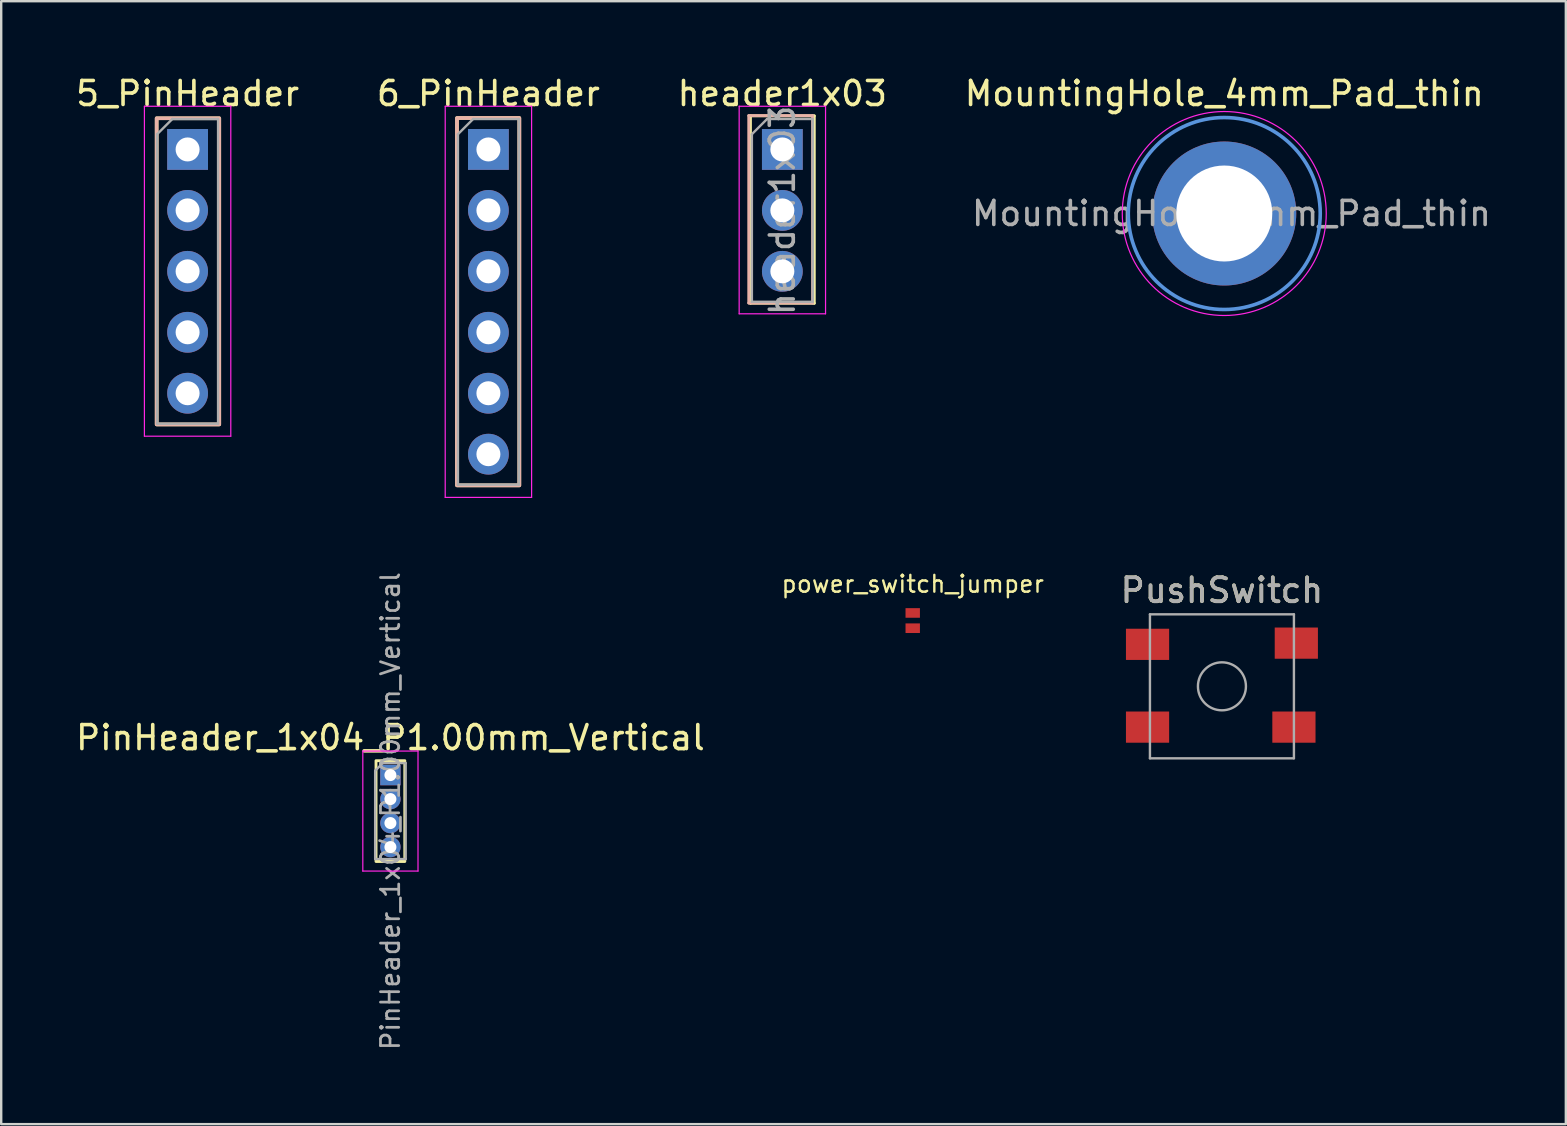
<source format=kicad_pcb>
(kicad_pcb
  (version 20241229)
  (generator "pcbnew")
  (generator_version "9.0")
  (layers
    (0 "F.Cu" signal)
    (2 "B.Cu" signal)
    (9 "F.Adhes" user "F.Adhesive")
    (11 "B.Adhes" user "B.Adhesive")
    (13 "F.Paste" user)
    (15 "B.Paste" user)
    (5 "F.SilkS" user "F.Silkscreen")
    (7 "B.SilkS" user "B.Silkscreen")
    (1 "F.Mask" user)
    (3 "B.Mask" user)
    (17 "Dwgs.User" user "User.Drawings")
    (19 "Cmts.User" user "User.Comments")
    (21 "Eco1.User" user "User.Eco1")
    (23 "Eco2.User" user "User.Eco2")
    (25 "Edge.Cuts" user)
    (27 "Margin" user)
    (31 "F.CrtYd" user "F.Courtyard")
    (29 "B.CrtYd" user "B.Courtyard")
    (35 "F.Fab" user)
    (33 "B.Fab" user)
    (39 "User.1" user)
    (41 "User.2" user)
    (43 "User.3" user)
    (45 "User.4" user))
  (footprint "PushSwitch"
    (layer "F.Cu")
    (at 47.873 25.552)
    (property "Reference" "PushSwitch" (at 0 -4 180) (layer "F.SilkS") (effects (font (size 1 1) (thickness 0.15))))
    (attr smd)
    (fp_line (start -3 -3) (end -3 3) (stroke (width 0.1) (type solid)) (layer "F.Fab"))
    (fp_line (start -3 3) (end 3 3) (stroke (width 0.1) (type solid)) (layer "F.Fab"))
    (fp_line (start 3 -3) (end -3 -3) (stroke (width 0.1) (type solid)) (layer "F.Fab"))
    (fp_line (start 3 3) (end 3 -3) (stroke (width 0.1) (type solid)) (layer "F.Fab"))
    (fp_circle (center 0 0) (end 1 0) (stroke (width 0.1) (type solid)) (fill no) (layer "F.Fab"))
    (fp_text user "${REFERENCE}" (at 0 -4 180) (layer "F.Fab") (effects (font (size 1 1) (thickness 0.15))))
    (pad "1" smd rect (at -3.1 -1.75) (size 1.8 1.3) (layers "F.Cu" "F.Mask" "F.Paste"))
    (pad "1" smd rect (at 3.1 -1.8) (size 1.8 1.3) (layers "F.Cu" "F.Mask" "F.Paste"))
    (pad "2" smd rect (at -3.1 1.7) (size 1.8 1.3) (layers "F.Cu" "F.Mask" "F.Paste"))
    (pad "2" smd rect (at 3 1.7) (size 1.8 1.3) (layers "F.Cu" "F.Mask" "F.Paste")))
  (footprint "6_PinHeader"
    (layer "F.Cu")
    (at 17.304 3.178)
    (property "Reference" "6_PinHeader" (at 0 -2.33 0) (layer "F.SilkS") (effects (font (size 1 1) (thickness 0.15))))
    (attr through_hole)
    (fp_rect (start -1.31 -1.31) (end 1.29 14) (stroke (width 0.15) (type solid)) (fill no) (layer "F.SilkS"))
    (fp_rect (start -1.31 -1.31) (end 1.29 14) (stroke (width 0.15) (type solid)) (fill no) (layer "B.SilkS"))
    (fp_line (start -1.8 -1.8) (end -1.8 14.5) (stroke (width 0.05) (type solid)) (layer "F.CrtYd"))
    (fp_line (start -1.8 14.5) (end 1.8 14.5) (stroke (width 0.05) (type solid)) (layer "F.CrtYd"))
    (fp_line (start 1.8 -1.8) (end -1.8 -1.8) (stroke (width 0.05) (type solid)) (layer "F.CrtYd"))
    (fp_line (start 1.8 14.5) (end 1.8 -1.8) (stroke (width 0.05) (type solid)) (layer "F.CrtYd"))
    (fp_line (start -1.27 -0.635) (end -0.635 -1.27) (stroke (width 0.1) (type solid)) (layer "F.Fab"))
    (fp_line (start -1.27 13.97) (end -1.27 -0.635) (stroke (width 0.1) (type solid)) (layer "F.Fab"))
    (fp_line (start -0.635 -1.27) (end 1.27 -1.27) (stroke (width 0.1) (type solid)) (layer "F.Fab"))
    (fp_line (start 1.27 -1.27) (end 1.27 13.97) (stroke (width 0.1) (type solid)) (layer "F.Fab"))
    (fp_line (start 1.27 13.97) (end -1.27 13.97) (stroke (width 0.1) (type solid)) (layer "F.Fab"))
    (pad "1" thru_hole rect (at 0 0) (size 1.7 1.7) (drill 1) (layers "*.Cu" "*.Mask"))
    (pad "2" thru_hole oval (at 0 2.54) (size 1.7 1.7) (drill 1) (layers "*.Cu" "*.Mask"))
    (pad "3" thru_hole oval (at 0 5.08) (size 1.7 1.7) (drill 1) (layers "*.Cu" "*.Mask"))
    (pad "4" thru_hole oval (at 0 7.62) (size 1.7 1.7) (drill 1) (layers "*.Cu" "*.Mask"))
    (pad "5" thru_hole oval (at 0 10.16) (size 1.7 1.7) (drill 1) (layers "*.Cu" "*.Mask"))
    (pad "6" thru_hole oval (at 0 12.7) (size 1.7 1.7) (drill 1) (layers "*.Cu" "*.Mask")))
  (footprint "5_PinHeader"
    (layer "F.Cu")
    (at 4.768 3.178)
    (property "Reference" "5_PinHeader" (at 0 -2.33 0) (layer "F.SilkS") (effects (font (size 1 1) (thickness 0.15))))
    (attr through_hole)
    (fp_rect (start -1.29 -1.3) (end 1.32 11.46) (stroke (width 0.15) (type solid)) (fill no) (layer "F.SilkS"))
    (fp_rect (start -1.29 -1.3) (end 1.32 11.46) (stroke (width 0.15) (type solid)) (fill no) (layer "B.SilkS"))
    (fp_line (start -1.8 -1.8) (end -1.8 11.95) (stroke (width 0.05) (type solid)) (layer "F.CrtYd"))
    (fp_line (start -1.8 11.95) (end 1.8 11.95) (stroke (width 0.05) (type solid)) (layer "F.CrtYd"))
    (fp_line (start 1.8 -1.8) (end -1.8 -1.8) (stroke (width 0.05) (type solid)) (layer "F.CrtYd"))
    (fp_line (start 1.8 11.95) (end 1.8 -1.8) (stroke (width 0.05) (type solid)) (layer "F.CrtYd"))
    (fp_line (start -1.27 -0.635) (end -0.635 -1.27) (stroke (width 0.1) (type solid)) (layer "F.Fab"))
    (fp_line (start -1.27 11.43) (end -1.27 -0.635) (stroke (width 0.1) (type solid)) (layer "F.Fab"))
    (fp_line (start -0.635 -1.27) (end 1.27 -1.27) (stroke (width 0.1) (type solid)) (layer "F.Fab"))
    (fp_line (start 1.27 -1.27) (end 1.27 11.43) (stroke (width 0.1) (type solid)) (layer "F.Fab"))
    (fp_line (start 1.27 11.43) (end -1.27 11.43) (stroke (width 0.1) (type solid)) (layer "F.Fab"))
    (pad "1" thru_hole rect (at 0 0) (size 1.7 1.7) (drill 1) (layers "*.Cu" "*.Mask"))
    (pad "2" thru_hole oval (at 0 2.54) (size 1.7 1.7) (drill 1) (layers "*.Cu" "*.Mask"))
    (pad "3" thru_hole oval (at 0 5.08) (size 1.7 1.7) (drill 1) (layers "*.Cu" "*.Mask"))
    (pad "4" thru_hole oval (at 0 7.62) (size 1.7 1.7) (drill 1) (layers "*.Cu" "*.Mask"))
    (pad "5" thru_hole oval (at 0 10.16) (size 1.7 1.7) (drill 1) (layers "*.Cu" "*.Mask")))
  (footprint "power_switch_jumper"
    (layer "F.Cu")
    (at 34.987 22.812)
    (property "Reference" "power_switch_jumper" (at 0 -1.524 0) (layer "F.SilkS") (effects (font (size 0.7 0.7) (thickness 0.1))))
    (attr smd)
    (pad "1" smd rect (at 0 0.318 90) (size 0.4 0.6) (layers "F.Cu" "F.Mask" "F.Paste"))
    (pad "2" smd rect (at 0 -0.318 90) (size 0.4 0.6) (layers "F.Cu" "F.Mask" "F.Paste")))
  (footprint "header1x03"
    (layer "F.Cu")
    (at 29.554 3.178)
    (property "Reference" "header1x03" (at 0 -2.33 0) (layer "F.SilkS") (effects (font (size 1 1) (thickness 0.15))))
    (attr through_hole)
    (fp_line (start -1.33 -1.4) (end -1.33 6.41) (stroke (width 0.12) (type solid)) (layer "F.SilkS"))
    (fp_line (start -1.33 -1.4) (end 1.33 -1.4) (stroke (width 0.12) (type solid)) (layer "F.SilkS"))
    (fp_line (start -1.33 6.41) (end 1.33 6.41) (stroke (width 0.12) (type solid)) (layer "F.SilkS"))
    (fp_line (start 1.33 -1.4) (end 1.33 6.41) (stroke (width 0.12) (type solid)) (layer "F.SilkS"))
    (fp_line (start -1.4 -1.41) (end -1.4 6.4) (stroke (width 0.12) (type solid)) (layer "B.SilkS"))
    (fp_line (start 1.26 -1.41) (end -1.4 -1.41) (stroke (width 0.12) (type solid)) (layer "B.SilkS"))
    (fp_line (start 1.26 -1.41) (end 1.26 6.4) (stroke (width 0.12) (type solid)) (layer "B.SilkS"))
    (fp_line (start 1.26 6.4) (end -1.4 6.4) (stroke (width 0.12) (type solid)) (layer "B.SilkS"))
    (fp_line (start -1.8 -1.8) (end -1.8 6.85) (stroke (width 0.05) (type solid)) (layer "F.CrtYd"))
    (fp_line (start -1.8 6.85) (end 1.8 6.85) (stroke (width 0.05) (type solid)) (layer "F.CrtYd"))
    (fp_line (start 1.8 -1.8) (end -1.8 -1.8) (stroke (width 0.05) (type solid)) (layer "F.CrtYd"))
    (fp_line (start 1.8 6.85) (end 1.8 -1.8) (stroke (width 0.05) (type solid)) (layer "F.CrtYd"))
    (fp_line (start -1.27 -0.635) (end -0.635 -1.27) (stroke (width 0.1) (type solid)) (layer "F.Fab"))
    (fp_line (start -1.27 6.35) (end -1.27 -0.635) (stroke (width 0.1) (type solid)) (layer "F.Fab"))
    (fp_line (start -0.635 -1.27) (end 1.27 -1.27) (stroke (width 0.1) (type solid)) (layer "F.Fab"))
    (fp_line (start 1.27 -1.27) (end 1.27 6.35) (stroke (width 0.1) (type solid)) (layer "F.Fab"))
    (fp_line (start 1.27 6.35) (end -1.27 6.35) (stroke (width 0.1) (type solid)) (layer "F.Fab"))
    (fp_text user "${REFERENCE}" (at 0 2.54 90) (layer "F.Fab") (effects (font (size 1 1) (thickness 0.15))))
    (pad "1" thru_hole rect (at 0 0) (size 1.7 1.7) (drill 1) (layers "*.Cu" "*.Mask"))
    (pad "2" thru_hole oval (at 0 2.54) (size 1.7 1.7) (drill 1) (layers "*.Cu" "*.Mask"))
    (pad "3" thru_hole oval (at 0 5.08) (size 1.7 1.7) (drill 1) (layers "*.Cu" "*.Mask")))
  (footprint "MountingHole_4mm_Pad_thin"
    (layer "F.Cu")
    (at 47.97 5.848)
    (property "Reference" "MountingHole_4mm_Pad_thin" (at 0 -5 0) (layer "F.SilkS") (effects (font (size 1 1) (thickness 0.15))))
    (attr exclude_from_pos_files exclude_from_bom)
    (fp_circle (center 0 0) (end 4 0) (stroke (width 0.15) (type solid)) (fill no) (layer "Cmts.User"))
    (fp_circle (center 0 0) (end 4.25 0) (stroke (width 0.05) (type solid)) (fill no) (layer "F.CrtYd"))
    (fp_text user "${REFERENCE}" (at 0.3 0 0) (layer "F.Fab") (effects (font (size 1 1) (thickness 0.15))))
    (pad "1" thru_hole circle (at 0 0) (size 6 6) (drill 4) (layers "*.Cu" "*.Mask")))
  (footprint "PinHeader_1x04_P1.00mm_Vertical"
    (layer "F.Cu")
    (at 13.22 29.251)
    (property "Reference" "PinHeader_1x04_P1.00mm_Vertical" (at 0 -1.56 0) (layer "F.SilkS") (effects (font (size 1 1) (thickness 0.15))))
    (attr through_hole)
    (fp_rect (start -0.6 -0.6) (end 0.6 3.6) (stroke (width 0.12) (type solid)) (fill no) (layer "F.SilkS"))
    (fp_line (start -1.15 -1) (end -1.15 4) (stroke (width 0.05) (type solid)) (layer "F.CrtYd"))
    (fp_line (start -1.15 4) (end 1.15 4) (stroke (width 0.05) (type solid)) (layer "F.CrtYd"))
    (fp_line (start 1.15 -1) (end -1.15 -1) (stroke (width 0.05) (type solid)) (layer "F.CrtYd"))
    (fp_line (start 1.15 4) (end 1.15 -1) (stroke (width 0.05) (type solid)) (layer "F.CrtYd"))
    (fp_line (start -0.635 -0.182) (end -0.318 -0.5) (stroke (width 0.1) (type solid)) (layer "F.Fab"))
    (fp_line (start -0.635 3.5) (end -0.635 -0.182) (stroke (width 0.1) (type solid)) (layer "F.Fab"))
    (fp_line (start -0.318 -0.5) (end 0.635 -0.5) (stroke (width 0.1) (type solid)) (layer "F.Fab"))
    (fp_line (start 0.635 -0.5) (end 0.635 3.5) (stroke (width 0.1) (type solid)) (layer "F.Fab"))
    (fp_line (start 0.635 3.5) (end -0.635 3.5) (stroke (width 0.1) (type solid)) (layer "F.Fab"))
    (fp_text user "${REFERENCE}" (at 0 1.5 90) (layer "F.Fab") (effects (font (size 0.76 0.76) (thickness 0.114))))
    (pad "1" thru_hole rect (at 0 0) (size 0.85 0.85) (drill 0.5) (layers "*.Cu" "*.Mask"))
    (pad "2" thru_hole oval (at 0 1) (size 0.85 0.85) (drill 0.5) (layers "*.Cu" "*.Mask"))
    (pad "3" thru_hole oval (at 0 2) (size 0.85 0.85) (drill 0.5) (layers "*.Cu" "*.Mask"))
    (pad "4" thru_hole oval (at 0 3) (size 0.85 0.85) (drill 0.5) (layers "*.Cu" "*.Mask")))
  (gr_rect
    (start -3 -3)
    (end 62.205 43.798)
    (stroke (width 0.1) (type default))
    (fill no)
    (layer "Edge.Cuts")))
</source>
